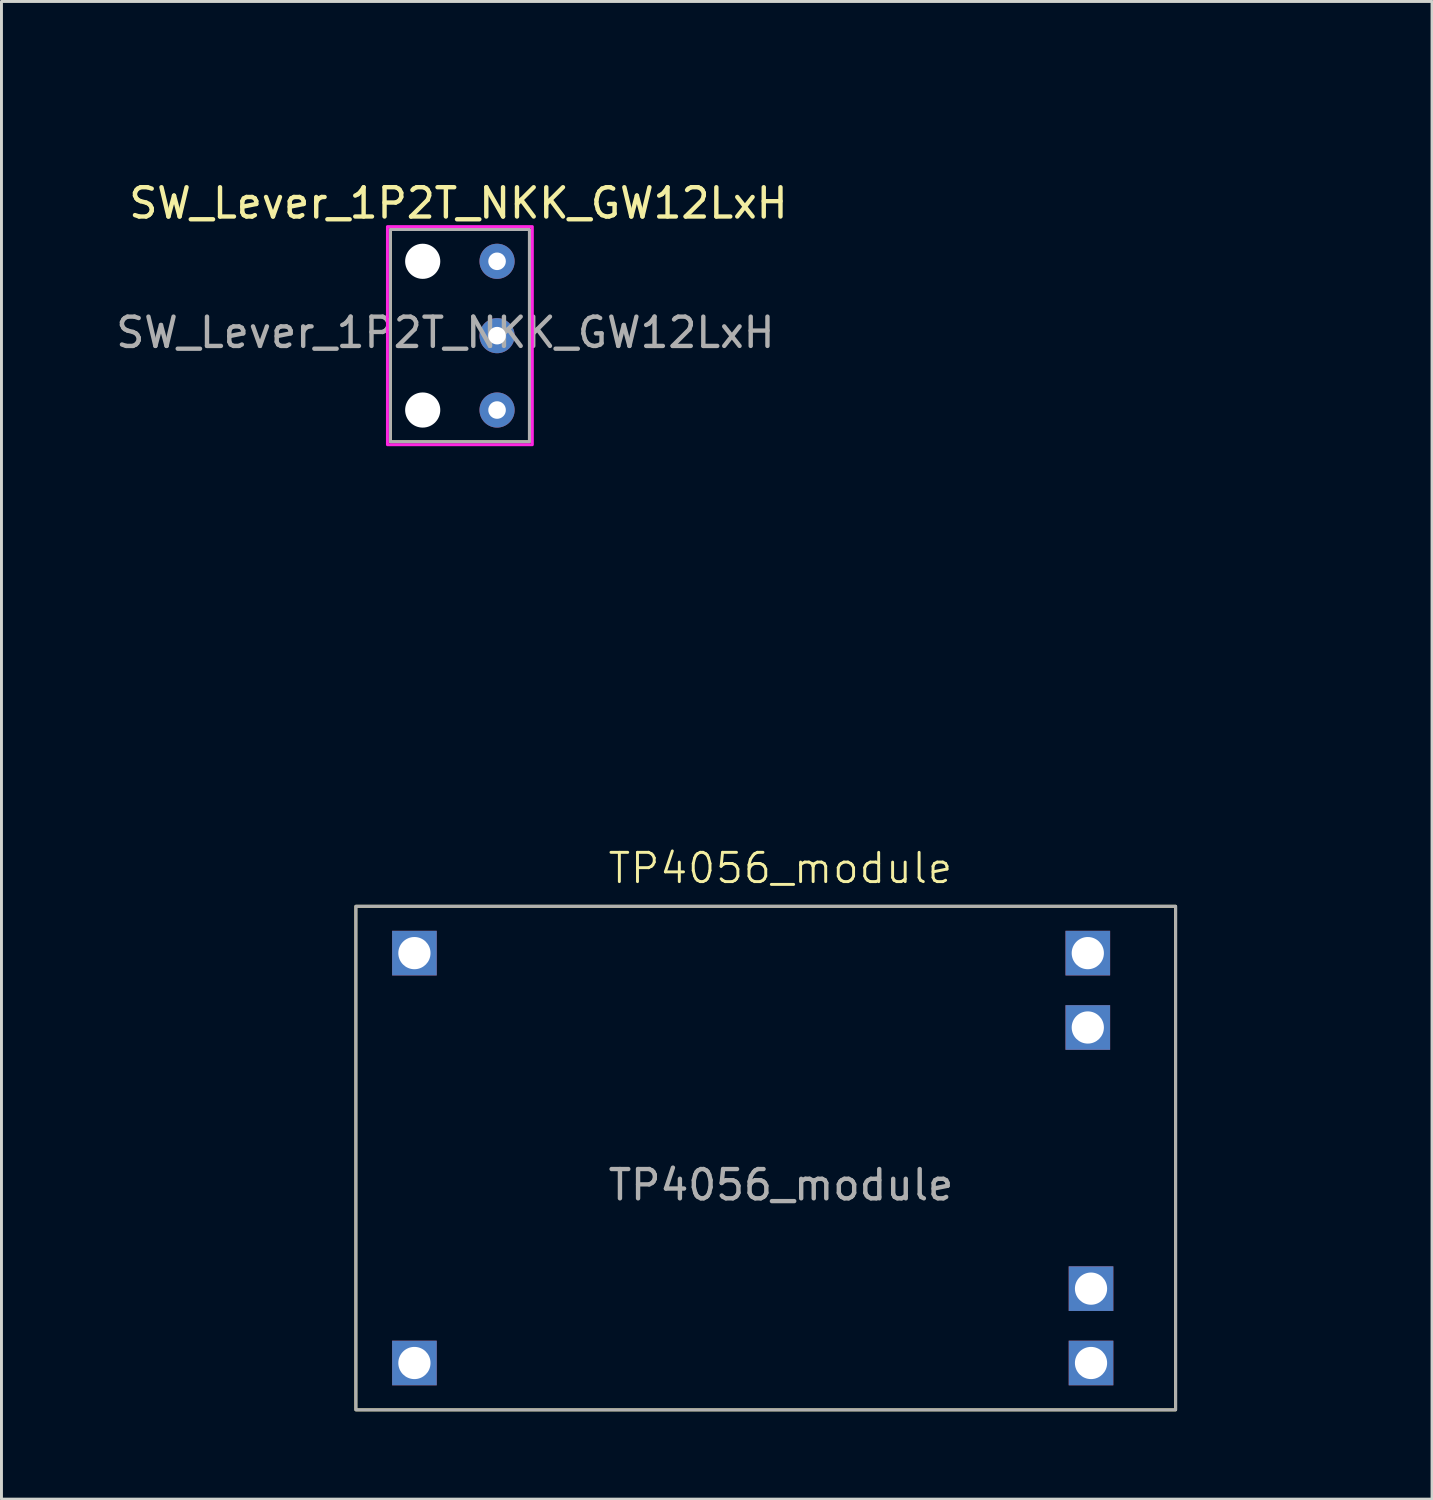
<source format=kicad_pcb>
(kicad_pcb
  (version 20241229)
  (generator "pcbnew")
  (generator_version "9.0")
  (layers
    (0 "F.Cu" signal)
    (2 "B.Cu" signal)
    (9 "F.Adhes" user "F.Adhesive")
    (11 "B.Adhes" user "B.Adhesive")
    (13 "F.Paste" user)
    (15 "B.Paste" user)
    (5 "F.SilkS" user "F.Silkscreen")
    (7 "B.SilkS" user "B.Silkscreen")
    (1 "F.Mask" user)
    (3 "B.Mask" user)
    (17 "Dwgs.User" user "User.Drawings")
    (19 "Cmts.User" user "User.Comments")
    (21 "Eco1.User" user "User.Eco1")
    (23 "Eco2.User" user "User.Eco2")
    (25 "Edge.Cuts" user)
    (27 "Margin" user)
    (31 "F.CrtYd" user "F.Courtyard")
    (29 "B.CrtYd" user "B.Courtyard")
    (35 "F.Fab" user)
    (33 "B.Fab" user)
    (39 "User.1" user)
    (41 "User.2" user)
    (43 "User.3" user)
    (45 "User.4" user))
  (footprint "TP4056_module"
    (layer "F.Cu")
    (at 11.105 29.505)
    (property "Reference" "TP4056_module" (at 12.5 -2.9 0) (unlocked yes) (layer "F.SilkS") (effects (font (size 1 1) (thickness 0.1))))
    (attr through_hole)
    (fp_rect (start -2 -1.6) (end 26 15.6) (stroke (width 0.1) (type default)) (fill no) (layer "F.SilkS"))
    (fp_rect (start -2 -1.6) (end 26 15.6) (stroke (width 0.1) (type default)) (fill no) (layer "F.Fab"))
    (fp_text user "${REFERENCE}" (at 12.52 7.92 0) (unlocked yes) (layer "F.Fab") (effects (font (size 1 1) (thickness 0.15))))
    (dimension (type orthogonal) (layer "User.1") (pts (xy 34.215 40.965) (xy 34.105 32.045)) (height -2.08) (orientation 1) (format (prefix "") (suffix "") (units 3) (units_format 1) (precision 4)) (style (thickness 0.1) (arrow_length 1.27) (text_position_mode 0) (arrow_direction outward) (extension_height 0.586) (extension_offset 0.5) (keep_text_aligned yes)) (gr_text "8.9200 mm" (at 30.985 36.505 90) (layer "User.1") (effects (font (size 1 1) (thickness 0.15)))))
    (dimension (type orthogonal) (layer "User.1") (pts (xy 9.105 27.905) (xy 37.105 27.905)) (height -4.87) (orientation 0) (format (prefix "") (suffix "") (units 3) (units_format 1) (precision 4)) (style (thickness 0.1) (arrow_length 1.27) (text_position_mode 0) (arrow_direction outward) (extension_height 0.586) (extension_offset 0.5) (keep_text_aligned yes)) (gr_text "28.0000 mm" (at 23.105 21.885 0) (layer "User.1") (effects (font (size 1 1) (thickness 0.15)))))
    (dimension (type orthogonal) (layer "User.1") (pts (xy 34.105 29.505) (xy 34.145 27.905)) (height -4) (orientation 1) (format (prefix "") (suffix "") (units 3) (units_format 1) (precision 4)) (style (thickness 0.1) (arrow_length 1.27) (text_position_mode 0) (arrow_direction outward) (extension_height 0.586) (extension_offset 0.5) (keep_text_aligned yes)) (gr_text "1.6000 mm" (at 28.955 28.705 90) (layer "User.1") (effects (font (size 1 1) (thickness 0.15)))))
    (dimension (type orthogonal) (layer "User.1") (pts (xy 11.105 29.505) (xy 9.105 29.515)) (height -2.61) (orientation 0) (format (prefix "") (suffix "") (units 3) (units_format 1) (precision 4)) (style (thickness 0.1) (arrow_length 1.27) (text_position_mode 0) (arrow_direction outward) (extension_height 0.586) (extension_offset 0.5) (keep_text_aligned yes)) (gr_text "2.0000 mm" (at 10.105 25.745 0) (layer "User.1") (effects (font (size 1 1) (thickness 0.15)))))
    (dimension (type orthogonal) (layer "User.1") (pts (xy 11.105 43.505) (xy 11.105 29.505)) (height 3.23) (orientation 1) (format (prefix "") (suffix "") (units 3) (units_format 1) (precision 4)) (style (thickness 0.1) (arrow_length 1.27) (text_position_mode 0) (arrow_direction outward) (extension_height 0.586) (extension_offset 0.5) (keep_text_aligned yes)) (gr_text "14.0000 mm" (at 13.185 36.505 90) (layer "User.1") (effects (font (size 1 1) (thickness 0.15)))))
    (dimension (type orthogonal) (layer "User.1") (pts (xy 34.105 32.045) (xy 34.105 29.505)) (height 5.45) (orientation 1) (format (prefix "") (suffix "") (units 3) (units_format 1) (precision 4)) (style (thickness 0.1) (arrow_length 1.27) (text_position_mode 0) (arrow_direction outward) (extension_height 0.586) (extension_offset 0.5) (keep_text_aligned yes)) (gr_text "2.5400 mm" (at 38.405 30.775 90) (layer "User.1") (effects (font (size 1 1) (thickness 0.15)))))
    (dimension (type orthogonal) (layer "User.1") (pts (xy 8.655 45.105) (xy 8.655 27.905)) (height -2.57) (orientation 1) (format (prefix "") (suffix "") (units 3) (units_format 1) (precision 4)) (style (thickness 0.1) (arrow_length 1.27) (text_position_mode 0) (arrow_direction outward) (extension_height 0.586) (extension_offset 0.5) (keep_text_aligned yes)) (gr_text "17.2000 mm" (at 4.935 36.505 90) (layer "User.1") (effects (font (size 1 1) (thickness 0.15)))))
    (pad "1" thru_hole rect (at 0 0) (size 1.524 1.524) (drill 1.1) (layers "*.Cu" "*.Mask"))
    (pad "2" thru_hole rect (at 0 14) (size 1.524 1.524) (drill 1.1) (layers "*.Cu" "*.Mask"))
    (pad "3" thru_hole rect (at 23 2.54) (size 1.524 1.524) (drill 1.1) (layers "*.Cu" "*.Mask"))
    (pad "4" thru_hole rect (at 23.11 11.46) (size 1.524 1.524) (drill 1.1) (layers "*.Cu" "*.Mask"))
    (pad "5" thru_hole rect (at 23 0) (size 1.524 1.524) (drill 1.1) (layers "*.Cu" "*.Mask"))
    (pad "6" thru_hole rect (at 23.11 14) (size 1.524 1.524) (drill 1.1) (layers "*.Cu" "*.Mask")))
  (footprint "SW_Lever_1P2T_NKK_GW12LxH"
    (layer "F.Cu")
    (at 11.388 5.875)
    (property "Reference" "SW_Lever_1P2T_NKK_GW12LxH" (at 1.22 -1.985 0) (layer "F.SilkS") (effects (font (size 1 1) (thickness 0.15))))
    (attr through_hole)
    (fp_rect (start -1.105 -1.085) (end 3.645 6.165) (stroke (width 0.1) (type default)) (fill no) (layer "F.SilkS"))
    (fp_rect (start -1.205 -1.185) (end 3.745 6.265) (stroke (width 0.1) (type default)) (fill no) (layer "F.CrtYd"))
    (fp_rect (start -1.105 -1.085) (end 3.645 6.165) (stroke (width 0.1) (type default)) (fill no) (layer "F.Fab"))
    (fp_text user "${REFERENCE}" (at 0.775 2.435 0) (layer "F.Fab") (effects (font (size 1 1) (thickness 0.15))))
    (dimension (type aligned) (layer "User.1") (pts (xy 11.388 10.956) (xy 13.928 10.956)) (height 6.445) (format (prefix "") (suffix "") (units 3) (units_format 1) (precision 4)) (style (thickness 0.1) (arrow_length 1.27) (text_position_mode 0) (arrow_direction outward) (extension_height 0.586) (extension_offset 0.5) (keep_text_aligned yes)) (gr_text "2.5400 mm" (at 12.658 16.3 0) (layer "User.1") (effects (font (size 1 1) (thickness 0.1)))))
    (dimension (type aligned) (layer "User.1") (pts (xy 10.283 4.79) (xy 15.033 4.79)) (height -2.93) (format (prefix "") (suffix "") (units 3) (units_format 1) (precision 4)) (style (thickness 0.1) (arrow_length 1.27) (text_position_mode 0) (arrow_direction outward) (extension_height 0.586) (extension_offset 0.5) (keep_text_aligned yes)) (gr_text "4.7500 mm" (at 12.658 0.76 0) (layer "User.1") (effects (font (size 1 1) (thickness 0.1)))))
    (dimension (type aligned) (layer "User.1") (pts (xy 10.283 12.04) (xy 10.283 4.79)) (height -4.8) (format (prefix "") (suffix "") (units 3) (units_format 1) (precision 4)) (style (thickness 0.1) (arrow_length 1.27) (text_position_mode 0) (arrow_direction outward) (extension_height 0.586) (extension_offset 0.5) (keep_text_aligned yes)) (gr_text "7.2500 mm" (at 4.383 8.415 90) (layer "User.1") (effects (font (size 1 1) (thickness 0.1)))))
    (dimension (type orthogonal) (layer "User.1") (pts (xy 13.928 8.415) (xy 13.928 5.875)) (height 6.835) (orientation 1) (format (prefix "") (suffix "") (units 3) (units_format 1) (precision 4)) (style (thickness 0.1) (arrow_length 1.27) (text_position_mode 0) (arrow_direction outward) (extension_height 0.586) (extension_offset 0.5) (keep_text_aligned yes)) (gr_text "2.5400 mm" (at 19.663 7.146 90) (layer "User.1") (effects (font (size 1 1) (thickness 0.1)))))
    (pad "" np_thru_hole circle (at 0 0) (size 1.2 1.2) (drill 1.2) (layers "*.Cu" "*.Mask"))
    (pad "" np_thru_hole circle (at 0 5.08) (size 1.2 1.2) (drill 1.2) (layers "*.Cu" "*.Mask"))
    (pad "4" thru_hole circle (at 2.54 0) (size 1.2 1.2) (drill 0.6) (layers "*.Cu" "*.Mask"))
    (pad "5" thru_hole circle (at 2.54 2.54) (size 1.2 1.2) (drill 0.6) (layers "*.Cu" "*.Mask"))
    (pad "6" thru_hole circle (at 2.54 5.08) (size 1.2 1.2) (drill 0.6) (layers "*.Cu" "*.Mask")))
  (gr_rect
    (start -3 -3)
    (end 45.863 48.155)
    (stroke (width 0.1) (type default))
    (fill no)
    (layer "Edge.Cuts")))
</source>
